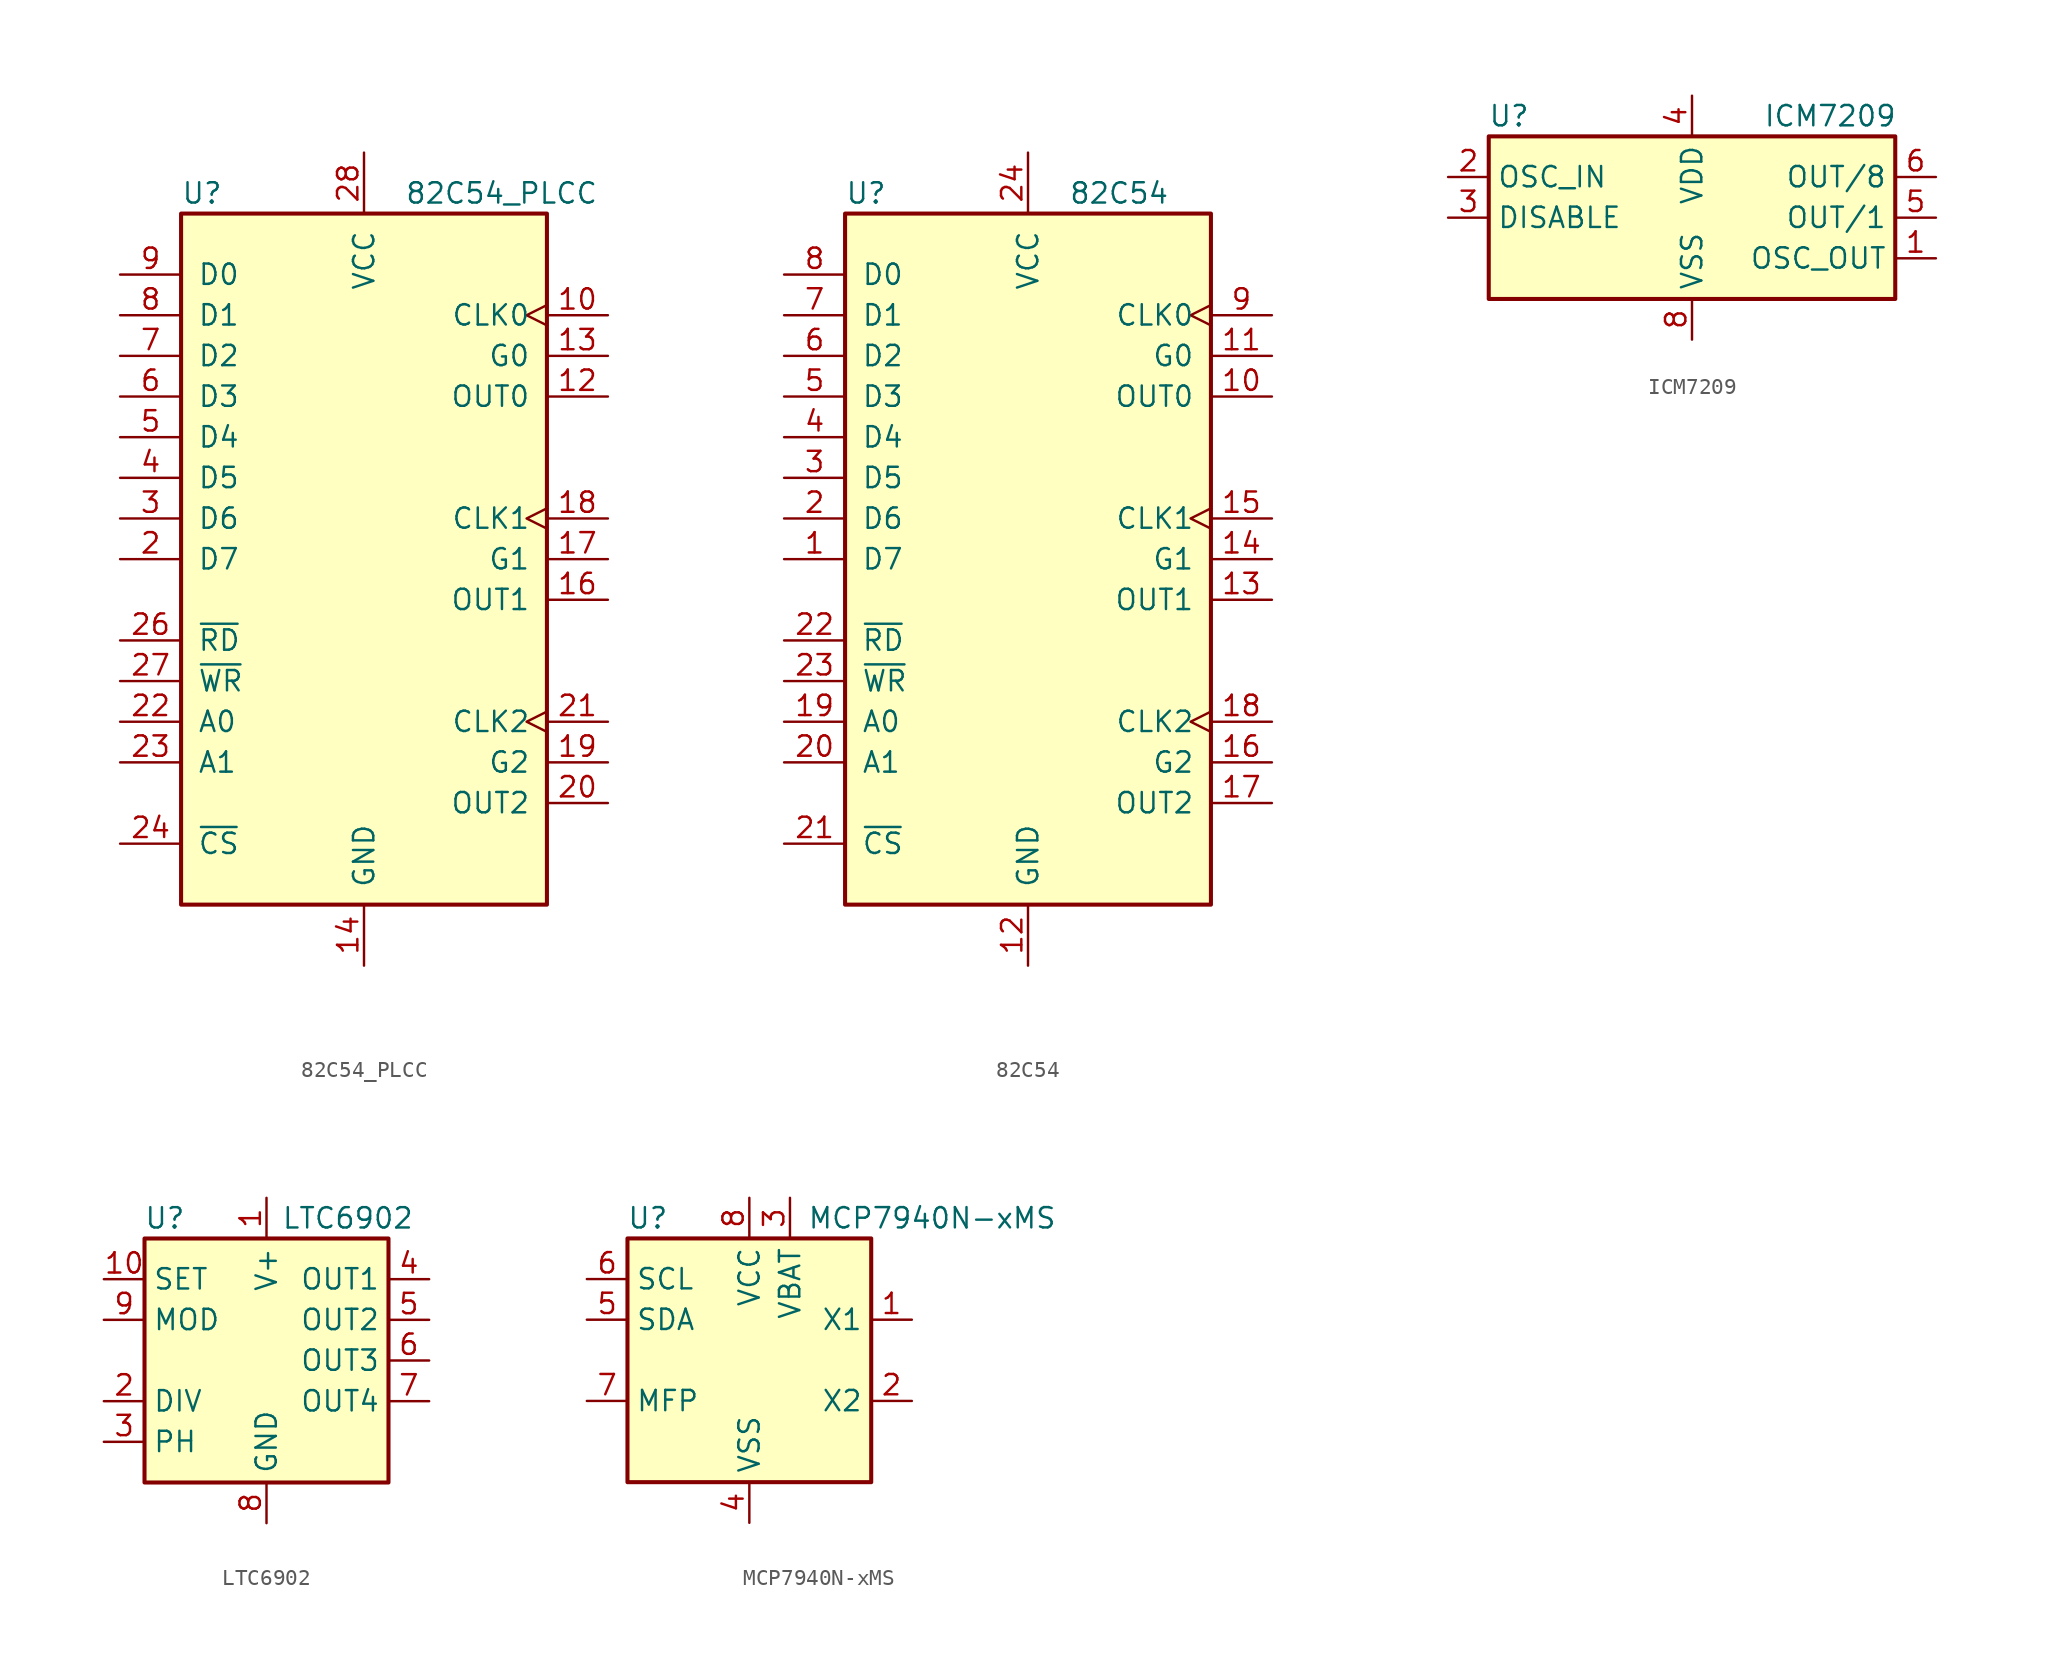
<source format=kicad_sym>
(kicad_symbol_lib
  (version 20201005)
  (generator kicad_symbol_editor)
  (symbol "82C54_PLCC"
    (pin_names
      (offset 1.016))
    (property "Reference" "U"
      (at -11.43 22.86 0)
      (effects (font (size 1.27 1.27)) (justify left)))
    (property "Value" "82C54_PLCC"
      (at 2.54 22.86 0)
      (effects (font (size 1.27 1.27)) (justify left)))
    (symbol "82C54_PLCC_0_1"
      (rectangle (start -11.43 -21.59) (end 11.43 21.59) (stroke (width 0.254)) (fill (type background))))
    (symbol "82C54_PLCC_1_1"
      (pin no_connect line (at 2.54 -25.4 90) (length 3.81) hide (name "NC" (effects (font (size 1.27 1.27)))) (number "1" (effects (font (size 1.27 1.27)))))
      (pin input clock (at 15.24 15.24 180) (length 3.81) (name "CLK0" (effects (font (size 1.27 1.27)))) (number "10" (effects (font (size 1.27 1.27)))))
      (pin no_connect line (at 5.08 -25.4 90) (length 3.81) hide (name "NC" (effects (font (size 1.27 1.27)))) (number "11" (effects (font (size 1.27 1.27)))))
      (pin output line (at 15.24 10.16 180) (length 3.81) (name "OUT0" (effects (font (size 1.27 1.27)))) (number "12" (effects (font (size 1.27 1.27)))))
      (pin input line (at 15.24 12.7 180) (length 3.81) (name "G0" (effects (font (size 1.27 1.27)))) (number "13" (effects (font (size 1.27 1.27)))))
      (pin power_in line (at 0 -25.4 90) (length 3.81) (name "GND" (effects (font (size 1.27 1.27)))) (number "14" (effects (font (size 1.27 1.27)))))
      (pin no_connect line (at 7.62 -25.4 90) (length 3.81) hide (name "NC" (effects (font (size 1.27 1.27)))) (number "15" (effects (font (size 1.27 1.27)))))
      (pin output line (at 15.24 -2.54 180) (length 3.81) (name "OUT1" (effects (font (size 1.27 1.27)))) (number "16" (effects (font (size 1.27 1.27)))))
      (pin input line (at 15.24 0 180) (length 3.81) (name "G1" (effects (font (size 1.27 1.27)))) (number "17" (effects (font (size 1.27 1.27)))))
      (pin input clock (at 15.24 2.54 180) (length 3.81) (name "CLK1" (effects (font (size 1.27 1.27)))) (number "18" (effects (font (size 1.27 1.27)))))
      (pin input line (at 15.24 -12.7 180) (length 3.81) (name "G2" (effects (font (size 1.27 1.27)))) (number "19" (effects (font (size 1.27 1.27)))))
      (pin bidirectional line (at -15.24 0 0) (length 3.81) (name "D7" (effects (font (size 1.27 1.27)))) (number "2" (effects (font (size 1.27 1.27)))))
      (pin output line (at 15.24 -15.24 180) (length 3.81) (name "OUT2" (effects (font (size 1.27 1.27)))) (number "20" (effects (font (size 1.27 1.27)))))
      (pin input clock (at 15.24 -10.16 180) (length 3.81) (name "CLK2" (effects (font (size 1.27 1.27)))) (number "21" (effects (font (size 1.27 1.27)))))
      (pin input line (at -15.24 -10.16 0) (length 3.81) (name "A0" (effects (font (size 1.27 1.27)))) (number "22" (effects (font (size 1.27 1.27)))))
      (pin input line (at -15.24 -12.7 0) (length 3.81) (name "A1" (effects (font (size 1.27 1.27)))) (number "23" (effects (font (size 1.27 1.27)))))
      (pin input line (at -15.24 -17.78 0) (length 3.81) (name "~CS~" (effects (font (size 1.27 1.27)))) (number "24" (effects (font (size 1.27 1.27)))))
      (pin no_connect line (at 10.16 -25.4 90) (length 3.81) hide (name "NC" (effects (font (size 1.27 1.27)))) (number "25" (effects (font (size 1.27 1.27)))))
      (pin input line (at -15.24 -5.08 0) (length 3.81) (name "~RD~" (effects (font (size 1.27 1.27)))) (number "26" (effects (font (size 1.27 1.27)))))
      (pin input line (at -15.24 -7.62 0) (length 3.81) (name "~WR~" (effects (font (size 1.27 1.27)))) (number "27" (effects (font (size 1.27 1.27)))))
      (pin power_in line (at 0 25.4 270) (length 3.81) (name "VCC" (effects (font (size 1.27 1.27)))) (number "28" (effects (font (size 1.27 1.27)))))
      (pin bidirectional line (at -15.24 2.54 0) (length 3.81) (name "D6" (effects (font (size 1.27 1.27)))) (number "3" (effects (font (size 1.27 1.27)))))
      (pin bidirectional line (at -15.24 5.08 0) (length 3.81) (name "D5" (effects (font (size 1.27 1.27)))) (number "4" (effects (font (size 1.27 1.27)))))
      (pin bidirectional line (at -15.24 7.62 0) (length 3.81) (name "D4" (effects (font (size 1.27 1.27)))) (number "5" (effects (font (size 1.27 1.27)))))
      (pin bidirectional line (at -15.24 10.16 0) (length 3.81) (name "D3" (effects (font (size 1.27 1.27)))) (number "6" (effects (font (size 1.27 1.27)))))
      (pin bidirectional line (at -15.24 12.7 0) (length 3.81) (name "D2" (effects (font (size 1.27 1.27)))) (number "7" (effects (font (size 1.27 1.27)))))
      (pin bidirectional line (at -15.24 15.24 0) (length 3.81) (name "D1" (effects (font (size 1.27 1.27)))) (number "8" (effects (font (size 1.27 1.27)))))
      (pin bidirectional line (at -15.24 17.78 0) (length 3.81) (name "D0" (effects (font (size 1.27 1.27)))) (number "9" (effects (font (size 1.27 1.27)))))))
  (symbol "82C54"
    (pin_names
      (offset 1.016))
    (property "Reference" "U"
      (at -11.43 22.86 0)
      (effects (font (size 1.27 1.27)) (justify left)))
    (property "Value" "82C54"
      (at 2.54 22.86 0)
      (effects (font (size 1.27 1.27)) (justify left)))
    (symbol "82C54_0_1"
      (rectangle (start -11.43 -21.59) (end 11.43 21.59) (stroke (width 0.254)) (fill (type background))))
    (symbol "82C54_1_1"
      (pin bidirectional line (at -15.24 0 0) (length 3.81) (name "D7" (effects (font (size 1.27 1.27)))) (number "1" (effects (font (size 1.27 1.27)))))
      (pin output line (at 15.24 10.16 180) (length 3.81) (name "OUT0" (effects (font (size 1.27 1.27)))) (number "10" (effects (font (size 1.27 1.27)))))
      (pin input line (at 15.24 12.7 180) (length 3.81) (name "G0" (effects (font (size 1.27 1.27)))) (number "11" (effects (font (size 1.27 1.27)))))
      (pin power_in line (at 0 -25.4 90) (length 3.81) (name "GND" (effects (font (size 1.27 1.27)))) (number "12" (effects (font (size 1.27 1.27)))))
      (pin output line (at 15.24 -2.54 180) (length 3.81) (name "OUT1" (effects (font (size 1.27 1.27)))) (number "13" (effects (font (size 1.27 1.27)))))
      (pin input line (at 15.24 0 180) (length 3.81) (name "G1" (effects (font (size 1.27 1.27)))) (number "14" (effects (font (size 1.27 1.27)))))
      (pin input clock (at 15.24 2.54 180) (length 3.81) (name "CLK1" (effects (font (size 1.27 1.27)))) (number "15" (effects (font (size 1.27 1.27)))))
      (pin input line (at 15.24 -12.7 180) (length 3.81) (name "G2" (effects (font (size 1.27 1.27)))) (number "16" (effects (font (size 1.27 1.27)))))
      (pin output line (at 15.24 -15.24 180) (length 3.81) (name "OUT2" (effects (font (size 1.27 1.27)))) (number "17" (effects (font (size 1.27 1.27)))))
      (pin input clock (at 15.24 -10.16 180) (length 3.81) (name "CLK2" (effects (font (size 1.27 1.27)))) (number "18" (effects (font (size 1.27 1.27)))))
      (pin input line (at -15.24 -10.16 0) (length 3.81) (name "A0" (effects (font (size 1.27 1.27)))) (number "19" (effects (font (size 1.27 1.27)))))
      (pin bidirectional line (at -15.24 2.54 0) (length 3.81) (name "D6" (effects (font (size 1.27 1.27)))) (number "2" (effects (font (size 1.27 1.27)))))
      (pin input line (at -15.24 -12.7 0) (length 3.81) (name "A1" (effects (font (size 1.27 1.27)))) (number "20" (effects (font (size 1.27 1.27)))))
      (pin input line (at -15.24 -17.78 0) (length 3.81) (name "~CS~" (effects (font (size 1.27 1.27)))) (number "21" (effects (font (size 1.27 1.27)))))
      (pin input line (at -15.24 -5.08 0) (length 3.81) (name "~RD~" (effects (font (size 1.27 1.27)))) (number "22" (effects (font (size 1.27 1.27)))))
      (pin input line (at -15.24 -7.62 0) (length 3.81) (name "~WR~" (effects (font (size 1.27 1.27)))) (number "23" (effects (font (size 1.27 1.27)))))
      (pin power_in line (at 0 25.4 270) (length 3.81) (name "VCC" (effects (font (size 1.27 1.27)))) (number "24" (effects (font (size 1.27 1.27)))))
      (pin bidirectional line (at -15.24 5.08 0) (length 3.81) (name "D5" (effects (font (size 1.27 1.27)))) (number "3" (effects (font (size 1.27 1.27)))))
      (pin bidirectional line (at -15.24 7.62 0) (length 3.81) (name "D4" (effects (font (size 1.27 1.27)))) (number "4" (effects (font (size 1.27 1.27)))))
      (pin bidirectional line (at -15.24 10.16 0) (length 3.81) (name "D3" (effects (font (size 1.27 1.27)))) (number "5" (effects (font (size 1.27 1.27)))))
      (pin bidirectional line (at -15.24 12.7 0) (length 3.81) (name "D2" (effects (font (size 1.27 1.27)))) (number "6" (effects (font (size 1.27 1.27)))))
      (pin bidirectional line (at -15.24 15.24 0) (length 3.81) (name "D1" (effects (font (size 1.27 1.27)))) (number "7" (effects (font (size 1.27 1.27)))))
      (pin bidirectional line (at -15.24 17.78 0) (length 3.81) (name "D0" (effects (font (size 1.27 1.27)))) (number "8" (effects (font (size 1.27 1.27)))))
      (pin input clock (at 15.24 15.24 180) (length 3.81) (name "CLK0" (effects (font (size 1.27 1.27)))) (number "9" (effects (font (size 1.27 1.27)))))))
  (symbol "ICM7209"
    (property "Reference" "U"
      (at -11.43 6.35 0)
      (effects (font (size 1.27 1.27))))
    (property "Value" "ICM7209"
      (at 8.636 6.35 0)
      (effects (font (size 1.27 1.27))))
    (symbol "ICM7209_0_1"
      (rectangle (start -12.7 -5.08) (end 12.7 5.08) (stroke (width 0.254)) (fill (type background))))
    (symbol "ICM7209_1_1"
      (pin output line (at 15.24 -2.54 180) (length 2.54) (name "OSC_OUT" (effects (font (size 1.27 1.27)))) (number "1" (effects (font (size 1.27 1.27)))))
      (pin input line (at -15.24 2.54 0) (length 2.54) (name "OSC_IN" (effects (font (size 1.27 1.27)))) (number "2" (effects (font (size 1.27 1.27)))))
      (pin input line (at -15.24 0 0) (length 2.54) (name "DISABLE" (effects (font (size 1.27 1.27)))) (number "3" (effects (font (size 1.27 1.27)))))
      (pin power_in line (at 0 7.62 270) (length 2.54) (name "VDD" (effects (font (size 1.27 1.27)))) (number "4" (effects (font (size 1.27 1.27)))))
      (pin output line (at 15.24 0 180) (length 2.54) (name "OUT/1" (effects (font (size 1.27 1.27)))) (number "5" (effects (font (size 1.27 1.27)))))
      (pin output line (at 15.24 2.54 180) (length 2.54) (name "OUT/8" (effects (font (size 1.27 1.27)))) (number "6" (effects (font (size 1.27 1.27)))))
      (pin power_in line (at 0 -7.62 90) (length 2.54) (name "VSS" (effects (font (size 1.27 1.27)))) (number "8" (effects (font (size 1.27 1.27)))))))
  (symbol "LTC6902"
    (property "Reference" "U"
      (at -6.35 8.89 0)
      (effects (font (size 1.27 1.27))))
    (property "Value" "LTC6902"
      (at 5.08 8.89 0)
      (effects (font (size 1.27 1.27))))
    (symbol "LTC6902_0_1"
      (rectangle (start -7.62 7.62) (end 7.62 -7.62) (stroke (width 0.254)) (fill (type background))))
    (symbol "LTC6902_1_1"
      (pin power_in line (at 0 10.16 270) (length 2.54) (name "V+" (effects (font (size 1.27 1.27)))) (number "1" (effects (font (size 1.27 1.27)))))
      (pin passive line (at -10.16 5.08 0) (length 2.54) (name "SET" (effects (font (size 1.27 1.27)))) (number "10" (effects (font (size 1.27 1.27)))))
      (pin input line (at -10.16 -2.54 0) (length 2.54) (name "DIV" (effects (font (size 1.27 1.27)))) (number "2" (effects (font (size 1.27 1.27)))))
      (pin input line (at -10.16 -5.08 0) (length 2.54) (name "PH" (effects (font (size 1.27 1.27)))) (number "3" (effects (font (size 1.27 1.27)))))
      (pin output line (at 10.16 5.08 180) (length 2.54) (name "OUT1" (effects (font (size 1.27 1.27)))) (number "4" (effects (font (size 1.27 1.27)))))
      (pin output line (at 10.16 2.54 180) (length 2.54) (name "OUT2" (effects (font (size 1.27 1.27)))) (number "5" (effects (font (size 1.27 1.27)))))
      (pin output line (at 10.16 0 180) (length 2.54) (name "OUT3" (effects (font (size 1.27 1.27)))) (number "6" (effects (font (size 1.27 1.27)))))
      (pin output line (at 10.16 -2.54 180) (length 2.54) (name "OUT4" (effects (font (size 1.27 1.27)))) (number "7" (effects (font (size 1.27 1.27)))))
      (pin power_in line (at 0 -10.16 90) (length 2.54) (name "GND" (effects (font (size 1.27 1.27)))) (number "8" (effects (font (size 1.27 1.27)))))
      (pin passive line (at -10.16 2.54 0) (length 2.54) (name "MOD" (effects (font (size 1.27 1.27)))) (number "9" (effects (font (size 1.27 1.27)))))))
  (symbol "MCP7940N-xMS"
    (property "Reference" "U"
      (at -6.35 8.89 0)
      (effects (font (size 1.27 1.27))))
    (property "Value" "MCP7940N-xMS"
      (at 11.43 8.89 0)
      (effects (font (size 1.27 1.27))))
    (symbol "MCP7940N-xMS_0_1"
      (rectangle (start -7.62 7.62) (end 7.62 -7.62) (stroke (width 0.254)) (fill (type background))))
    (symbol "MCP7940N-xMS_1_1"
      (pin input line (at 10.16 2.54 180) (length 2.54) (name "X1" (effects (font (size 1.27 1.27)))) (number "1" (effects (font (size 1.27 1.27)))))
      (pin output line (at 10.16 -2.54 180) (length 2.54) (name "X2" (effects (font (size 1.27 1.27)))) (number "2" (effects (font (size 1.27 1.27)))))
      (pin power_in line (at 2.54 10.16 270) (length 2.54) (name "VBAT" (effects (font (size 1.27 1.27)))) (number "3" (effects (font (size 1.27 1.27)))))
      (pin power_in line (at 0 -10.16 90) (length 2.54) (name "VSS" (effects (font (size 1.27 1.27)))) (number "4" (effects (font (size 1.27 1.27)))))
      (pin bidirectional line (at -10.16 2.54 0) (length 2.54) (name "SDA" (effects (font (size 1.27 1.27)))) (number "5" (effects (font (size 1.27 1.27)))))
      (pin input line (at -10.16 5.08 0) (length 2.54) (name "SCL" (effects (font (size 1.27 1.27)))) (number "6" (effects (font (size 1.27 1.27)))))
      (pin open_collector line (at -10.16 -2.54 0) (length 2.54) (name "MFP" (effects (font (size 1.27 1.27)))) (number "7" (effects (font (size 1.27 1.27)))))
      (pin power_in line (at 0 10.16 270) (length 2.54) (name "VCC" (effects (font (size 1.27 1.27)))) (number "8" (effects (font (size 1.27 1.27))))))))
</source>
